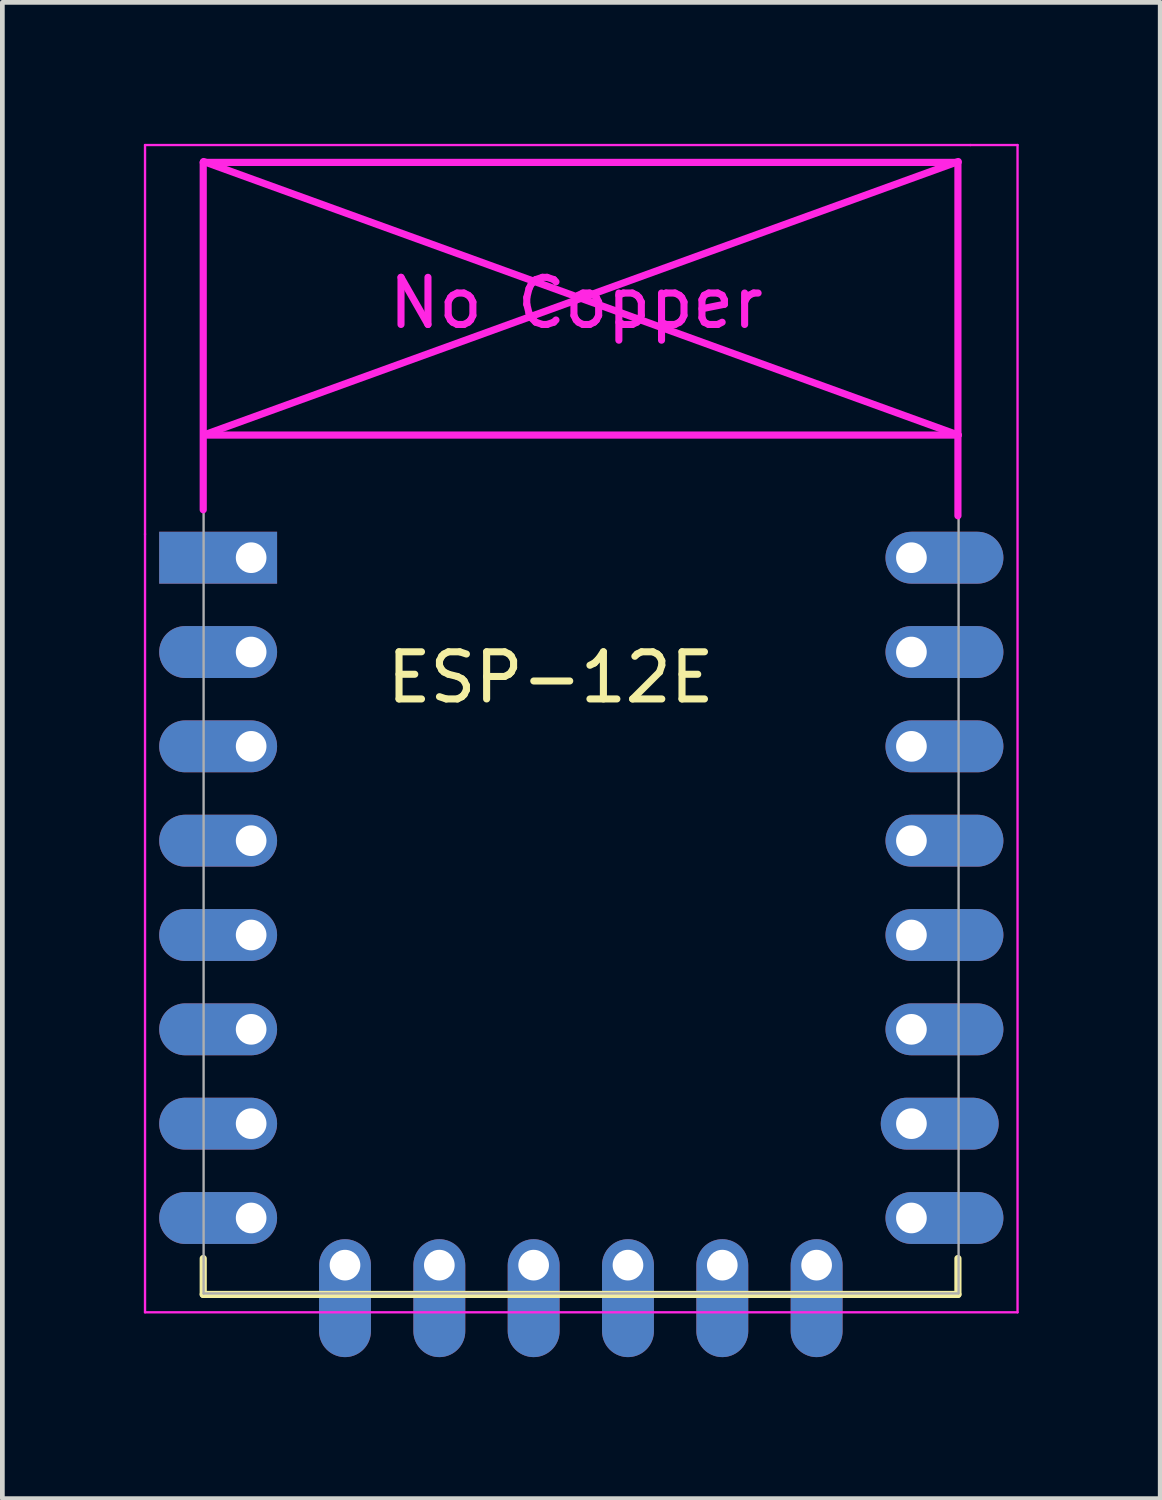
<source format=kicad_pcb>
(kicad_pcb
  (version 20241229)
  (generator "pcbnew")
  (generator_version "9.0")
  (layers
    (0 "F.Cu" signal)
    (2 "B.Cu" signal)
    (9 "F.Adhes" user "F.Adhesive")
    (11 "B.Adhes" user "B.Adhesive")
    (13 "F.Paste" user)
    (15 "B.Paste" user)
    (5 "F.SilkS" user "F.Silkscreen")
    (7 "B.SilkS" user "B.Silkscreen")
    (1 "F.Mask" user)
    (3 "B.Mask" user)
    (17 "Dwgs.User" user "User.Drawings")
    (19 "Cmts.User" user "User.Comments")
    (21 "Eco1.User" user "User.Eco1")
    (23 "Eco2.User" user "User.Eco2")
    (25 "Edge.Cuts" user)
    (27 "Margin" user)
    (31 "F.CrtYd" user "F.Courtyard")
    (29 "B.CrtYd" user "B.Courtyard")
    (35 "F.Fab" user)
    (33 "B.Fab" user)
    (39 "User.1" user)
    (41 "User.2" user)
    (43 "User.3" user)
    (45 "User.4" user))
  (footprint "ESP-12E"
    (layer "F.Cu")
    (at 2.275 8.775)
    (property "Reference" "ESP-12E" (at 6.35 2.54 0) (layer "F.SilkS") (effects (font (size 1 1) (thickness 0.15))))
    (attr through_hole)
    (fp_line (start -1.016 14.859) (end -1.016 15.621) (stroke (width 0.152) (type solid)) (layer "F.SilkS"))
    (fp_line (start -1.016 15.621) (end 14.986 15.621) (stroke (width 0.152) (type solid)) (layer "F.SilkS"))
    (fp_line (start 14.986 15.621) (end 14.986 14.859) (stroke (width 0.152) (type solid)) (layer "F.SilkS"))
    (fp_line (start -2.25 -8.75) (end 15.25 -8.75) (stroke (width 0.05) (type solid)) (layer "F.CrtYd"))
    (fp_line (start -2.25 -0.5) (end -2.25 -8.75) (stroke (width 0.05) (type solid)) (layer "F.CrtYd"))
    (fp_line (start -2.25 16) (end -2.25 -0.5) (stroke (width 0.05) (type solid)) (layer "F.CrtYd"))
    (fp_line (start -1.016 -8.382) (end -1.016 -1.016) (stroke (width 0.152) (type solid)) (layer "F.CrtYd"))
    (fp_line (start -1.016 -8.382) (end 14.986 -8.382) (stroke (width 0.152) (type solid)) (layer "F.CrtYd"))
    (fp_line (start -1.008 -8.4) (end 14.992 -2.6) (stroke (width 0.152) (type solid)) (layer "F.CrtYd"))
    (fp_line (start -1.008 -2.6) (end 14.992 -2.6) (stroke (width 0.152) (type solid)) (layer "F.CrtYd"))
    (fp_line (start 14.986 -8.382) (end 14.986 -0.889) (stroke (width 0.152) (type solid)) (layer "F.CrtYd"))
    (fp_line (start 14.992 -8.4) (end -1.008 -2.6) (stroke (width 0.152) (type solid)) (layer "F.CrtYd"))
    (fp_line (start 15.25 -8.75) (end 16.25 -8.75) (stroke (width 0.05) (type solid)) (layer "F.CrtYd"))
    (fp_line (start 16.25 -8.75) (end 16.25 16) (stroke (width 0.05) (type solid)) (layer "F.CrtYd"))
    (fp_line (start 16.25 16) (end -2.25 16) (stroke (width 0.05) (type solid)) (layer "F.CrtYd"))
    (fp_line (start -1.008 -8.4) (end 14.992 -8.4) (stroke (width 0.05) (type solid)) (layer "F.Fab"))
    (fp_line (start -1.008 15.6) (end -1.008 -8.4) (stroke (width 0.05) (type solid)) (layer "F.Fab"))
    (fp_line (start 14.992 15.6) (end -1.008 15.6) (stroke (width 0.05) (type solid)) (layer "F.Fab"))
    (fp_line (start 15 -8.4) (end 15 15.6) (stroke (width 0.05) (type solid)) (layer "F.Fab"))
    (fp_text user "No Copper" (at 6.892 -5.4 0) (layer "F.CrtYd") (effects (font (size 1 1) (thickness 0.15))))
    (pad "1" thru_hole rect (at 0 0) (size 2.5 1.1) (drill 0.65 (offset -0.7 0)) (layers "*.Cu" "*.Mask"))
    (pad "2" thru_hole oval (at 0 2) (size 2.5 1.1) (drill 0.65 (offset -0.7 0)) (layers "*.Cu" "*.Mask"))
    (pad "3" thru_hole oval (at 0 4) (size 2.5 1.1) (drill 0.65 (offset -0.7 0)) (layers "*.Cu" "*.Mask"))
    (pad "4" thru_hole oval (at 0 6) (size 2.5 1.1) (drill 0.65 (offset -0.7 0)) (layers "*.Cu" "*.Mask"))
    (pad "5" thru_hole oval (at 0 8) (size 2.5 1.1) (drill 0.65 (offset -0.7 0)) (layers "*.Cu" "*.Mask"))
    (pad "6" thru_hole oval (at 0 10) (size 2.5 1.1) (drill 0.65 (offset -0.7 0)) (layers "*.Cu" "*.Mask"))
    (pad "7" thru_hole oval (at 0 12) (size 2.5 1.1) (drill 0.65 (offset -0.7 0)) (layers "*.Cu" "*.Mask"))
    (pad "8" thru_hole oval (at 0 14) (size 2.5 1.1) (drill 0.65 (offset -0.7 0)) (layers "*.Cu" "*.Mask"))
    (pad "9" thru_hole oval (at 14 14) (size 2.5 1.1) (drill 0.65 (offset 0.7 0)) (layers "*.Cu" "*.Mask"))
    (pad "10" thru_hole oval (at 14 12) (size 2.5 1.1) (drill 0.65 (offset 0.6 0)) (layers "*.Cu" "*.Mask"))
    (pad "11" thru_hole oval (at 14 10) (size 2.5 1.1) (drill 0.65 (offset 0.7 0)) (layers "*.Cu" "*.Mask"))
    (pad "12" thru_hole oval (at 14 8) (size 2.5 1.1) (drill 0.65 (offset 0.7 0)) (layers "*.Cu" "*.Mask"))
    (pad "13" thru_hole oval (at 14 6) (size 2.5 1.1) (drill 0.65 (offset 0.7 0)) (layers "*.Cu" "*.Mask"))
    (pad "14" thru_hole oval (at 14 4) (size 2.5 1.1) (drill 0.65 (offset 0.7 0)) (layers "*.Cu" "*.Mask"))
    (pad "15" thru_hole oval (at 14 2) (size 2.5 1.1) (drill 0.65 (offset 0.7 0)) (layers "*.Cu" "*.Mask"))
    (pad "16" thru_hole oval (at 14 0) (size 2.5 1.1) (drill 0.65 (offset 0.7 0)) (layers "*.Cu" "*.Mask"))
    (pad "17" thru_hole oval (at 1.99 15 90) (size 2.5 1.1) (drill 0.65 (offset -0.7 0)) (layers "*.Cu" "*.Mask"))
    (pad "18" thru_hole oval (at 3.99 15 90) (size 2.5 1.1) (drill 0.65 (offset -0.7 0)) (layers "*.Cu" "*.Mask"))
    (pad "19" thru_hole oval (at 5.99 15 90) (size 2.5 1.1) (drill 0.65 (offset -0.7 0)) (layers "*.Cu" "*.Mask"))
    (pad "20" thru_hole oval (at 7.99 15 90) (size 2.5 1.1) (drill 0.65 (offset -0.7 0)) (layers "*.Cu" "*.Mask"))
    (pad "21" thru_hole oval (at 9.99 15 90) (size 2.5 1.1) (drill 0.65 (offset -0.7 0)) (layers "*.Cu" "*.Mask"))
    (pad "22" thru_hole oval (at 11.99 15 90) (size 2.5 1.1) (drill 0.65 (offset -0.7 0)) (layers "*.Cu" "*.Mask")))
  (gr_rect
    (start -3 -3)
    (end 21.55 28.725)
    (stroke (width 0.1) (type default))
    (fill no)
    (layer "Edge.Cuts")))
</source>
